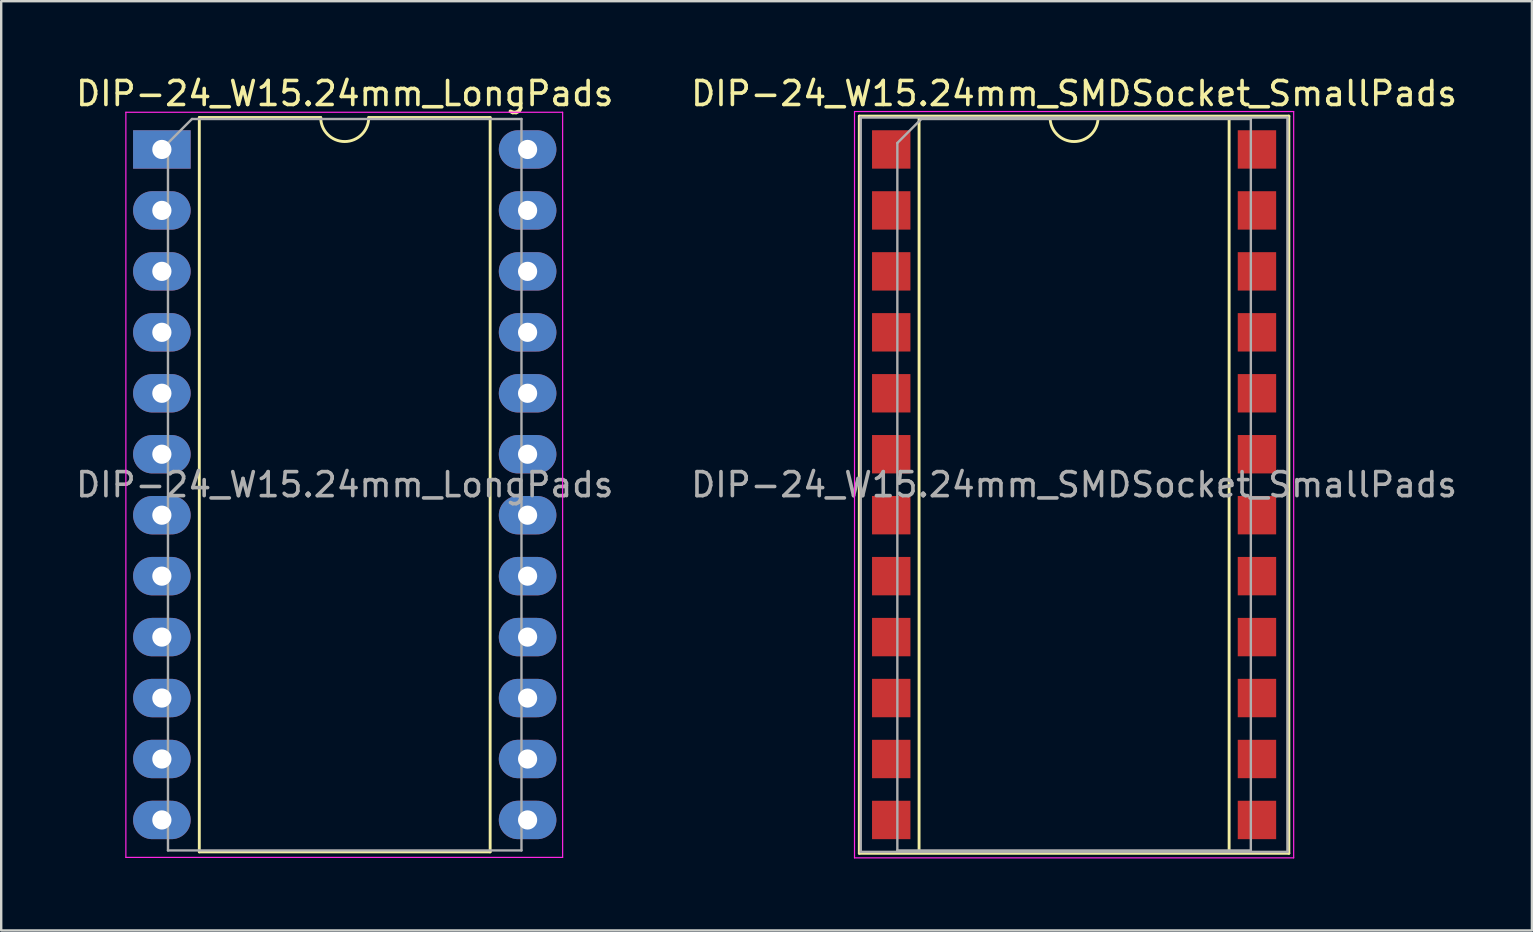
<source format=kicad_pcb>
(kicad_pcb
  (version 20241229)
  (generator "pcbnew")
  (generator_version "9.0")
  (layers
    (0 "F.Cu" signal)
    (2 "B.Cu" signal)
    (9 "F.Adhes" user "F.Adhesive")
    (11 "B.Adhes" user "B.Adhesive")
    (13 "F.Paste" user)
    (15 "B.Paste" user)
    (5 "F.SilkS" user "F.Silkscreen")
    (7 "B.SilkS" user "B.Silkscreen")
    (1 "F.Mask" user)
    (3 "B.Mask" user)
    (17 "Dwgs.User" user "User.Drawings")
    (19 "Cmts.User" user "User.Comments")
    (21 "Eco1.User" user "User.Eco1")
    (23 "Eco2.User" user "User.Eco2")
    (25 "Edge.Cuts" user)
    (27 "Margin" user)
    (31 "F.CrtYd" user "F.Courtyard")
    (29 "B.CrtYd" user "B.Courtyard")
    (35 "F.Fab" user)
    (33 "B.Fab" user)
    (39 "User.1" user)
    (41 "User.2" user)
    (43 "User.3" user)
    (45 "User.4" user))
  (footprint "DIP-24_W15.24mm_LongPads"
    (layer "F.Cu")
    (at 3.695 3.178)
    (property "Reference" "DIP-24_W15.24mm_LongPads" (at 7.62 -2.33 0) (layer "F.SilkS") (effects (font (size 1 1) (thickness 0.15))))
    (attr through_hole)
    (fp_line (start 1.56 -1.33) (end 1.56 29.27) (stroke (width 0.12) (type solid)) (layer "F.SilkS"))
    (fp_line (start 1.56 29.27) (end 13.68 29.27) (stroke (width 0.12) (type solid)) (layer "F.SilkS"))
    (fp_line (start 6.62 -1.33) (end 1.56 -1.33) (stroke (width 0.12) (type solid)) (layer "F.SilkS"))
    (fp_line (start 13.68 -1.33) (end 8.62 -1.33) (stroke (width 0.12) (type solid)) (layer "F.SilkS"))
    (fp_line (start 13.68 29.27) (end 13.68 -1.33) (stroke (width 0.12) (type solid)) (layer "F.SilkS"))
    (fp_arc (start 8.62 -1.33) (mid 7.62 -0.33) (end 6.62 -1.33) (stroke (width 0.12) (type solid)) (layer "F.SilkS"))
    (fp_line (start -1.5 -1.55) (end -1.5 29.5) (stroke (width 0.05) (type solid)) (layer "F.CrtYd"))
    (fp_line (start -1.5 29.5) (end 16.7 29.5) (stroke (width 0.05) (type solid)) (layer "F.CrtYd"))
    (fp_line (start 16.7 -1.55) (end -1.5 -1.55) (stroke (width 0.05) (type solid)) (layer "F.CrtYd"))
    (fp_line (start 16.7 29.5) (end 16.7 -1.55) (stroke (width 0.05) (type solid)) (layer "F.CrtYd"))
    (fp_line (start 0.255 -0.27) (end 1.255 -1.27) (stroke (width 0.1) (type solid)) (layer "F.Fab"))
    (fp_line (start 0.255 29.21) (end 0.255 -0.27) (stroke (width 0.1) (type solid)) (layer "F.Fab"))
    (fp_line (start 1.255 -1.27) (end 14.985 -1.27) (stroke (width 0.1) (type solid)) (layer "F.Fab"))
    (fp_line (start 14.985 -1.27) (end 14.985 29.21) (stroke (width 0.1) (type solid)) (layer "F.Fab"))
    (fp_line (start 14.985 29.21) (end 0.255 29.21) (stroke (width 0.1) (type solid)) (layer "F.Fab"))
    (fp_text user "${REFERENCE}" (at 7.62 13.97 0) (layer "F.Fab") (effects (font (size 1 1) (thickness 0.15))))
    (pad "1" thru_hole rect (at 0 0) (size 2.4 1.6) (drill 0.8) (layers "*.Cu" "*.Mask"))
    (pad "2" thru_hole oval (at 0 2.54) (size 2.4 1.6) (drill 0.8) (layers "*.Cu" "*.Mask"))
    (pad "3" thru_hole oval (at 0 5.08) (size 2.4 1.6) (drill 0.8) (layers "*.Cu" "*.Mask"))
    (pad "4" thru_hole oval (at 0 7.62) (size 2.4 1.6) (drill 0.8) (layers "*.Cu" "*.Mask"))
    (pad "5" thru_hole oval (at 0 10.16) (size 2.4 1.6) (drill 0.8) (layers "*.Cu" "*.Mask"))
    (pad "6" thru_hole oval (at 0 12.7) (size 2.4 1.6) (drill 0.8) (layers "*.Cu" "*.Mask"))
    (pad "7" thru_hole oval (at 0 15.24) (size 2.4 1.6) (drill 0.8) (layers "*.Cu" "*.Mask"))
    (pad "8" thru_hole oval (at 0 17.78) (size 2.4 1.6) (drill 0.8) (layers "*.Cu" "*.Mask"))
    (pad "9" thru_hole oval (at 0 20.32) (size 2.4 1.6) (drill 0.8) (layers "*.Cu" "*.Mask"))
    (pad "10" thru_hole oval (at 0 22.86) (size 2.4 1.6) (drill 0.8) (layers "*.Cu" "*.Mask"))
    (pad "11" thru_hole oval (at 0 25.4) (size 2.4 1.6) (drill 0.8) (layers "*.Cu" "*.Mask"))
    (pad "12" thru_hole oval (at 0 27.94) (size 2.4 1.6) (drill 0.8) (layers "*.Cu" "*.Mask"))
    (pad "13" thru_hole oval (at 15.24 27.94) (size 2.4 1.6) (drill 0.8) (layers "*.Cu" "*.Mask"))
    (pad "14" thru_hole oval (at 15.24 25.4) (size 2.4 1.6) (drill 0.8) (layers "*.Cu" "*.Mask"))
    (pad "15" thru_hole oval (at 15.24 22.86) (size 2.4 1.6) (drill 0.8) (layers "*.Cu" "*.Mask"))
    (pad "16" thru_hole oval (at 15.24 20.32) (size 2.4 1.6) (drill 0.8) (layers "*.Cu" "*.Mask"))
    (pad "17" thru_hole oval (at 15.24 17.78) (size 2.4 1.6) (drill 0.8) (layers "*.Cu" "*.Mask"))
    (pad "18" thru_hole oval (at 15.24 15.24) (size 2.4 1.6) (drill 0.8) (layers "*.Cu" "*.Mask"))
    (pad "19" thru_hole oval (at 15.24 12.7) (size 2.4 1.6) (drill 0.8) (layers "*.Cu" "*.Mask"))
    (pad "20" thru_hole oval (at 15.24 10.16) (size 2.4 1.6) (drill 0.8) (layers "*.Cu" "*.Mask"))
    (pad "21" thru_hole oval (at 15.24 7.62) (size 2.4 1.6) (drill 0.8) (layers "*.Cu" "*.Mask"))
    (pad "22" thru_hole oval (at 15.24 5.08) (size 2.4 1.6) (drill 0.8) (layers "*.Cu" "*.Mask"))
    (pad "23" thru_hole oval (at 15.24 2.54) (size 2.4 1.6) (drill 0.8) (layers "*.Cu" "*.Mask"))
    (pad "24" thru_hole oval (at 15.24 0) (size 2.4 1.6) (drill 0.8) (layers "*.Cu" "*.Mask")))
  (footprint "DIP-24_W15.24mm_SMDSocket_SmallPads"
    (layer "F.Cu")
    (at 41.708 17.148)
    (property "Reference" "DIP-24_W15.24mm_SMDSocket_SmallPads" (at 0 -16.3 0) (layer "F.SilkS") (effects (font (size 1 1) (thickness 0.15))))
    (attr smd)
    (fp_line (start -8.95 -15.36) (end -8.95 15.36) (stroke (width 0.12) (type solid)) (layer "F.SilkS"))
    (fp_line (start -8.95 15.36) (end 8.95 15.36) (stroke (width 0.12) (type solid)) (layer "F.SilkS"))
    (fp_line (start -6.46 -15.3) (end -6.46 15.3) (stroke (width 0.12) (type solid)) (layer "F.SilkS"))
    (fp_line (start -6.46 15.3) (end 6.46 15.3) (stroke (width 0.12) (type solid)) (layer "F.SilkS"))
    (fp_line (start -1 -15.3) (end -6.46 -15.3) (stroke (width 0.12) (type solid)) (layer "F.SilkS"))
    (fp_line (start 6.46 -15.3) (end 1 -15.3) (stroke (width 0.12) (type solid)) (layer "F.SilkS"))
    (fp_line (start 6.46 15.3) (end 6.46 -15.3) (stroke (width 0.12) (type solid)) (layer "F.SilkS"))
    (fp_line (start 8.95 -15.36) (end -8.95 -15.36) (stroke (width 0.12) (type solid)) (layer "F.SilkS"))
    (fp_line (start 8.95 15.36) (end 8.95 -15.36) (stroke (width 0.12) (type solid)) (layer "F.SilkS"))
    (fp_arc (start 1 -15.3) (mid 0 -14.3) (end -1 -15.3) (stroke (width 0.12) (type solid)) (layer "F.SilkS"))
    (fp_line (start -9.15 -15.55) (end -9.15 15.55) (stroke (width 0.05) (type solid)) (layer "F.CrtYd"))
    (fp_line (start -9.15 15.55) (end 9.15 15.55) (stroke (width 0.05) (type solid)) (layer "F.CrtYd"))
    (fp_line (start 9.15 -15.55) (end -9.15 -15.55) (stroke (width 0.05) (type solid)) (layer "F.CrtYd"))
    (fp_line (start 9.15 15.55) (end 9.15 -15.55) (stroke (width 0.05) (type solid)) (layer "F.CrtYd"))
    (fp_line (start -8.89 -15.3) (end -8.89 15.3) (stroke (width 0.1) (type solid)) (layer "F.Fab"))
    (fp_line (start -8.89 15.3) (end 8.89 15.3) (stroke (width 0.1) (type solid)) (layer "F.Fab"))
    (fp_line (start -7.365 -14.24) (end -6.365 -15.24) (stroke (width 0.1) (type solid)) (layer "F.Fab"))
    (fp_line (start -7.365 15.24) (end -7.365 -14.24) (stroke (width 0.1) (type solid)) (layer "F.Fab"))
    (fp_line (start -6.365 -15.24) (end 7.365 -15.24) (stroke (width 0.1) (type solid)) (layer "F.Fab"))
    (fp_line (start 7.365 -15.24) (end 7.365 15.24) (stroke (width 0.1) (type solid)) (layer "F.Fab"))
    (fp_line (start 7.365 15.24) (end -7.365 15.24) (stroke (width 0.1) (type solid)) (layer "F.Fab"))
    (fp_line (start 8.89 -15.3) (end -8.89 -15.3) (stroke (width 0.1) (type solid)) (layer "F.Fab"))
    (fp_line (start 8.89 15.3) (end 8.89 -15.3) (stroke (width 0.1) (type solid)) (layer "F.Fab"))
    (fp_text user "${REFERENCE}" (at 0 0 0) (layer "F.Fab") (effects (font (size 1 1) (thickness 0.15))))
    (pad "1" smd rect (at -7.62 -13.97) (size 1.6 1.6) (layers "F.Cu" "F.Mask" "F.Paste"))
    (pad "2" smd rect (at -7.62 -11.43) (size 1.6 1.6) (layers "F.Cu" "F.Mask" "F.Paste"))
    (pad "3" smd rect (at -7.62 -8.89) (size 1.6 1.6) (layers "F.Cu" "F.Mask" "F.Paste"))
    (pad "4" smd rect (at -7.62 -6.35) (size 1.6 1.6) (layers "F.Cu" "F.Mask" "F.Paste"))
    (pad "5" smd rect (at -7.62 -3.81) (size 1.6 1.6) (layers "F.Cu" "F.Mask" "F.Paste"))
    (pad "6" smd rect (at -7.62 -1.27) (size 1.6 1.6) (layers "F.Cu" "F.Mask" "F.Paste"))
    (pad "7" smd rect (at -7.62 1.27) (size 1.6 1.6) (layers "F.Cu" "F.Mask" "F.Paste"))
    (pad "8" smd rect (at -7.62 3.81) (size 1.6 1.6) (layers "F.Cu" "F.Mask" "F.Paste"))
    (pad "9" smd rect (at -7.62 6.35) (size 1.6 1.6) (layers "F.Cu" "F.Mask" "F.Paste"))
    (pad "10" smd rect (at -7.62 8.89) (size 1.6 1.6) (layers "F.Cu" "F.Mask" "F.Paste"))
    (pad "11" smd rect (at -7.62 11.43) (size 1.6 1.6) (layers "F.Cu" "F.Mask" "F.Paste"))
    (pad "12" smd rect (at -7.62 13.97) (size 1.6 1.6) (layers "F.Cu" "F.Mask" "F.Paste"))
    (pad "13" smd rect (at 7.62 13.97) (size 1.6 1.6) (layers "F.Cu" "F.Mask" "F.Paste"))
    (pad "14" smd rect (at 7.62 11.43) (size 1.6 1.6) (layers "F.Cu" "F.Mask" "F.Paste"))
    (pad "15" smd rect (at 7.62 8.89) (size 1.6 1.6) (layers "F.Cu" "F.Mask" "F.Paste"))
    (pad "16" smd rect (at 7.62 6.35) (size 1.6 1.6) (layers "F.Cu" "F.Mask" "F.Paste"))
    (pad "17" smd rect (at 7.62 3.81) (size 1.6 1.6) (layers "F.Cu" "F.Mask" "F.Paste"))
    (pad "18" smd rect (at 7.62 1.27) (size 1.6 1.6) (layers "F.Cu" "F.Mask" "F.Paste"))
    (pad "19" smd rect (at 7.62 -1.27) (size 1.6 1.6) (layers "F.Cu" "F.Mask" "F.Paste"))
    (pad "20" smd rect (at 7.62 -3.81) (size 1.6 1.6) (layers "F.Cu" "F.Mask" "F.Paste"))
    (pad "21" smd rect (at 7.62 -6.35) (size 1.6 1.6) (layers "F.Cu" "F.Mask" "F.Paste"))
    (pad "22" smd rect (at 7.62 -8.89) (size 1.6 1.6) (layers "F.Cu" "F.Mask" "F.Paste"))
    (pad "23" smd rect (at 7.62 -11.43) (size 1.6 1.6) (layers "F.Cu" "F.Mask" "F.Paste"))
    (pad "24" smd rect (at 7.62 -13.97) (size 1.6 1.6) (layers "F.Cu" "F.Mask" "F.Paste")))
  (gr_rect
    (start -3 -3)
    (end 60.786 35.723)
    (stroke (width 0.1) (type default))
    (fill no)
    (layer "Edge.Cuts")))
</source>
